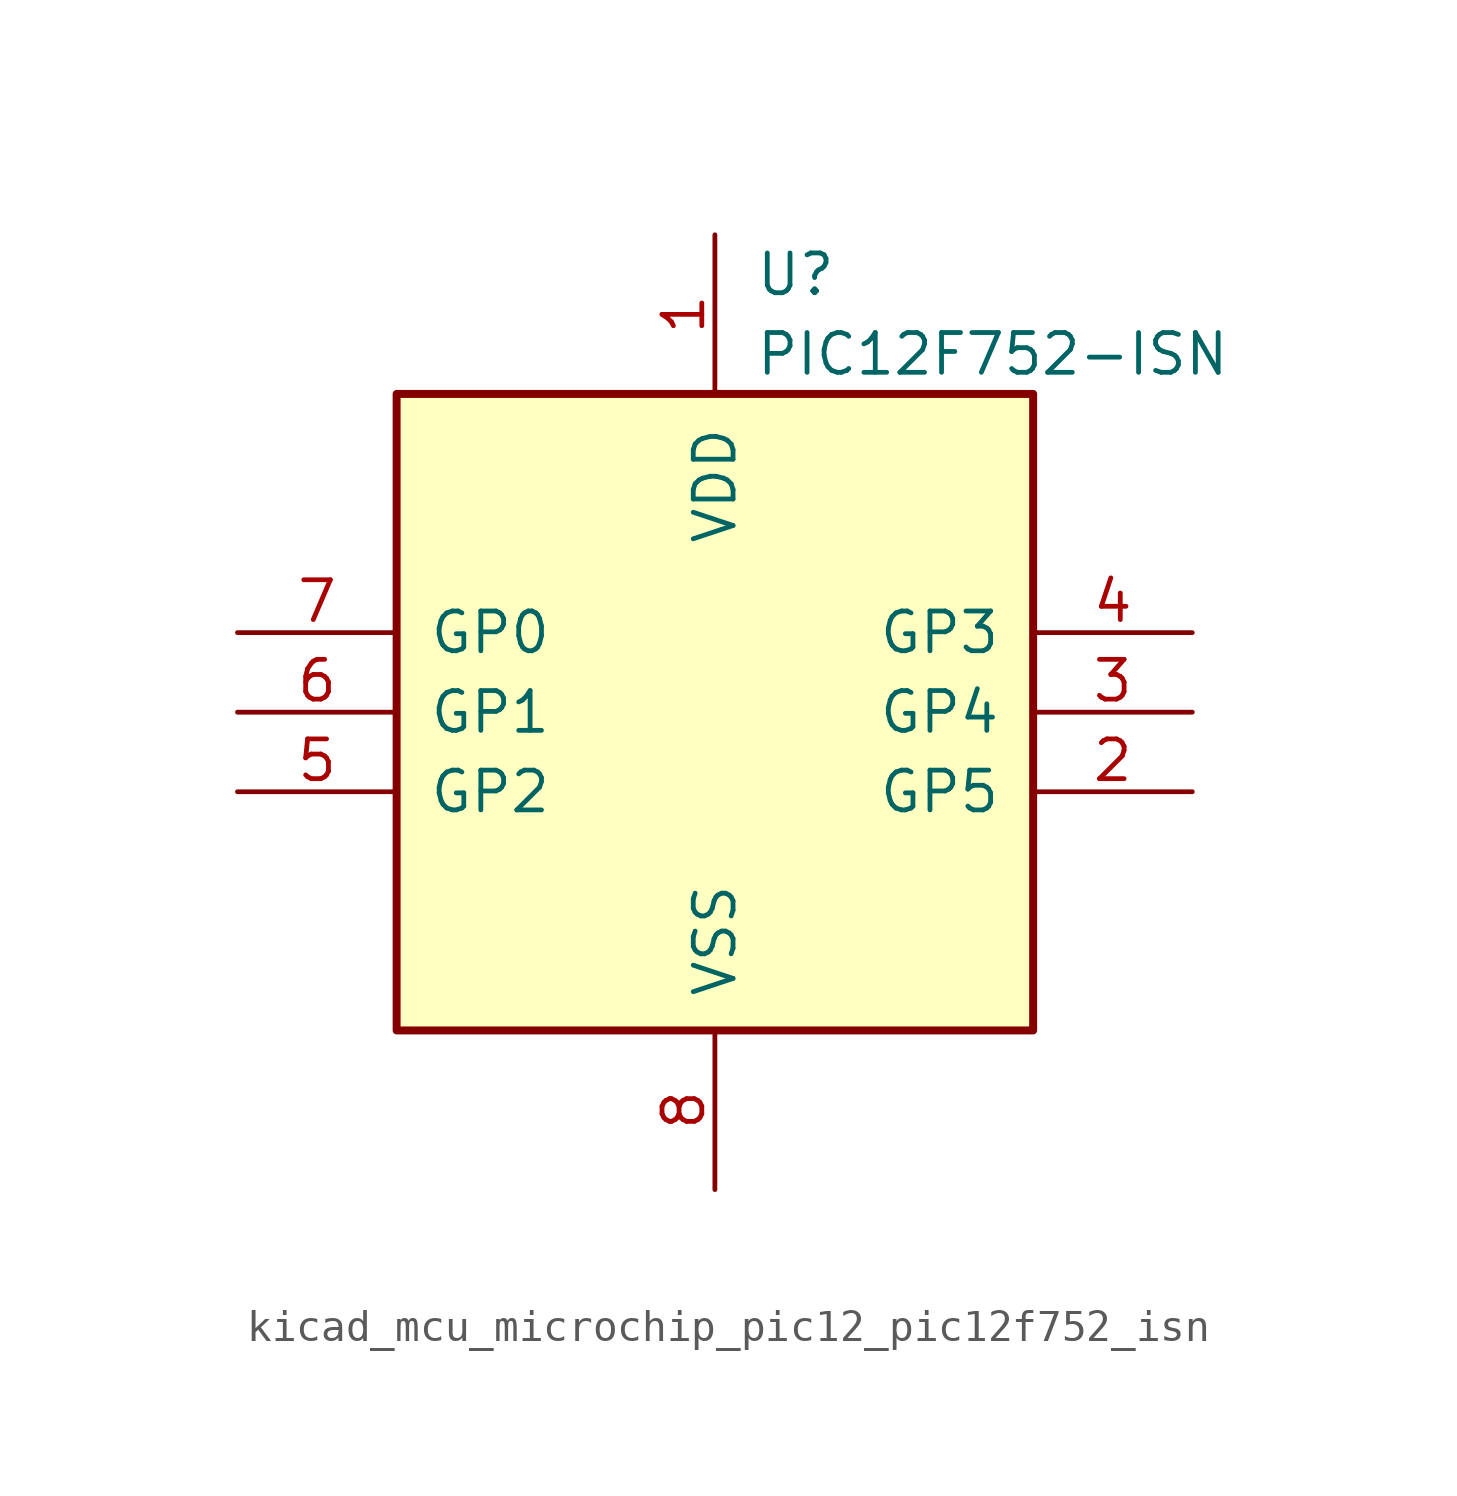
<source format=kicad_sym>
(kicad_symbol_lib
  (version 20220914)
  (generator kicad_symbol_editor)
  (symbol "kicad_mcu_microchip_pic12_pic12f752_isn"
    (pin_names
      (offset 1.016))
    (property "Reference" "U"
      (at 1.27 13.97 0)
      (effects (font (size 1.27 1.27)) (justify left)))
    (property "Value" "PIC12F752-ISN"
      (at 1.27 11.43 0)
      (effects (font (size 1.27 1.27)) (justify left)))
    (symbol "kicad_mcu_microchip_pic12_pic12f752_isn_0_1"
      (rectangle (start 10.16 -10.16) (end -10.16 10.16) (stroke (width 0.254) (type default)) (fill (type background))))
    (symbol "kicad_mcu_microchip_pic12_pic12f752_isn_1_1"
      (pin power_in line (at 0 15.24 270) (length 5.08) (name "VDD" (effects (font (size 1.27 1.27)))) (number "1" (effects (font (size 1.27 1.27)))))
      (pin bidirectional line (at 15.24 -2.54 180) (length 5.08) (name "GP5" (effects (font (size 1.27 1.27)))) (number "2" (effects (font (size 1.27 1.27)))))
      (pin bidirectional line (at 15.24 0 180) (length 5.08) (name "GP4" (effects (font (size 1.27 1.27)))) (number "3" (effects (font (size 1.27 1.27)))))
      (pin input line (at 15.24 2.54 180) (length 5.08) (name "GP3" (effects (font (size 1.27 1.27)))) (number "4" (effects (font (size 1.27 1.27)))))
      (pin bidirectional line (at -15.24 -2.54 0) (length 5.08) (name "GP2" (effects (font (size 1.27 1.27)))) (number "5" (effects (font (size 1.27 1.27)))))
      (pin bidirectional line (at -15.24 0 0) (length 5.08) (name "GP1" (effects (font (size 1.27 1.27)))) (number "6" (effects (font (size 1.27 1.27)))))
      (pin bidirectional line (at -15.24 2.54 0) (length 5.08) (name "GP0" (effects (font (size 1.27 1.27)))) (number "7" (effects (font (size 1.27 1.27)))))
      (pin power_in line (at 0 -15.24 90) (length 5.08) (name "VSS" (effects (font (size 1.27 1.27)))) (number "8" (effects (font (size 1.27 1.27))))))))
</source>
